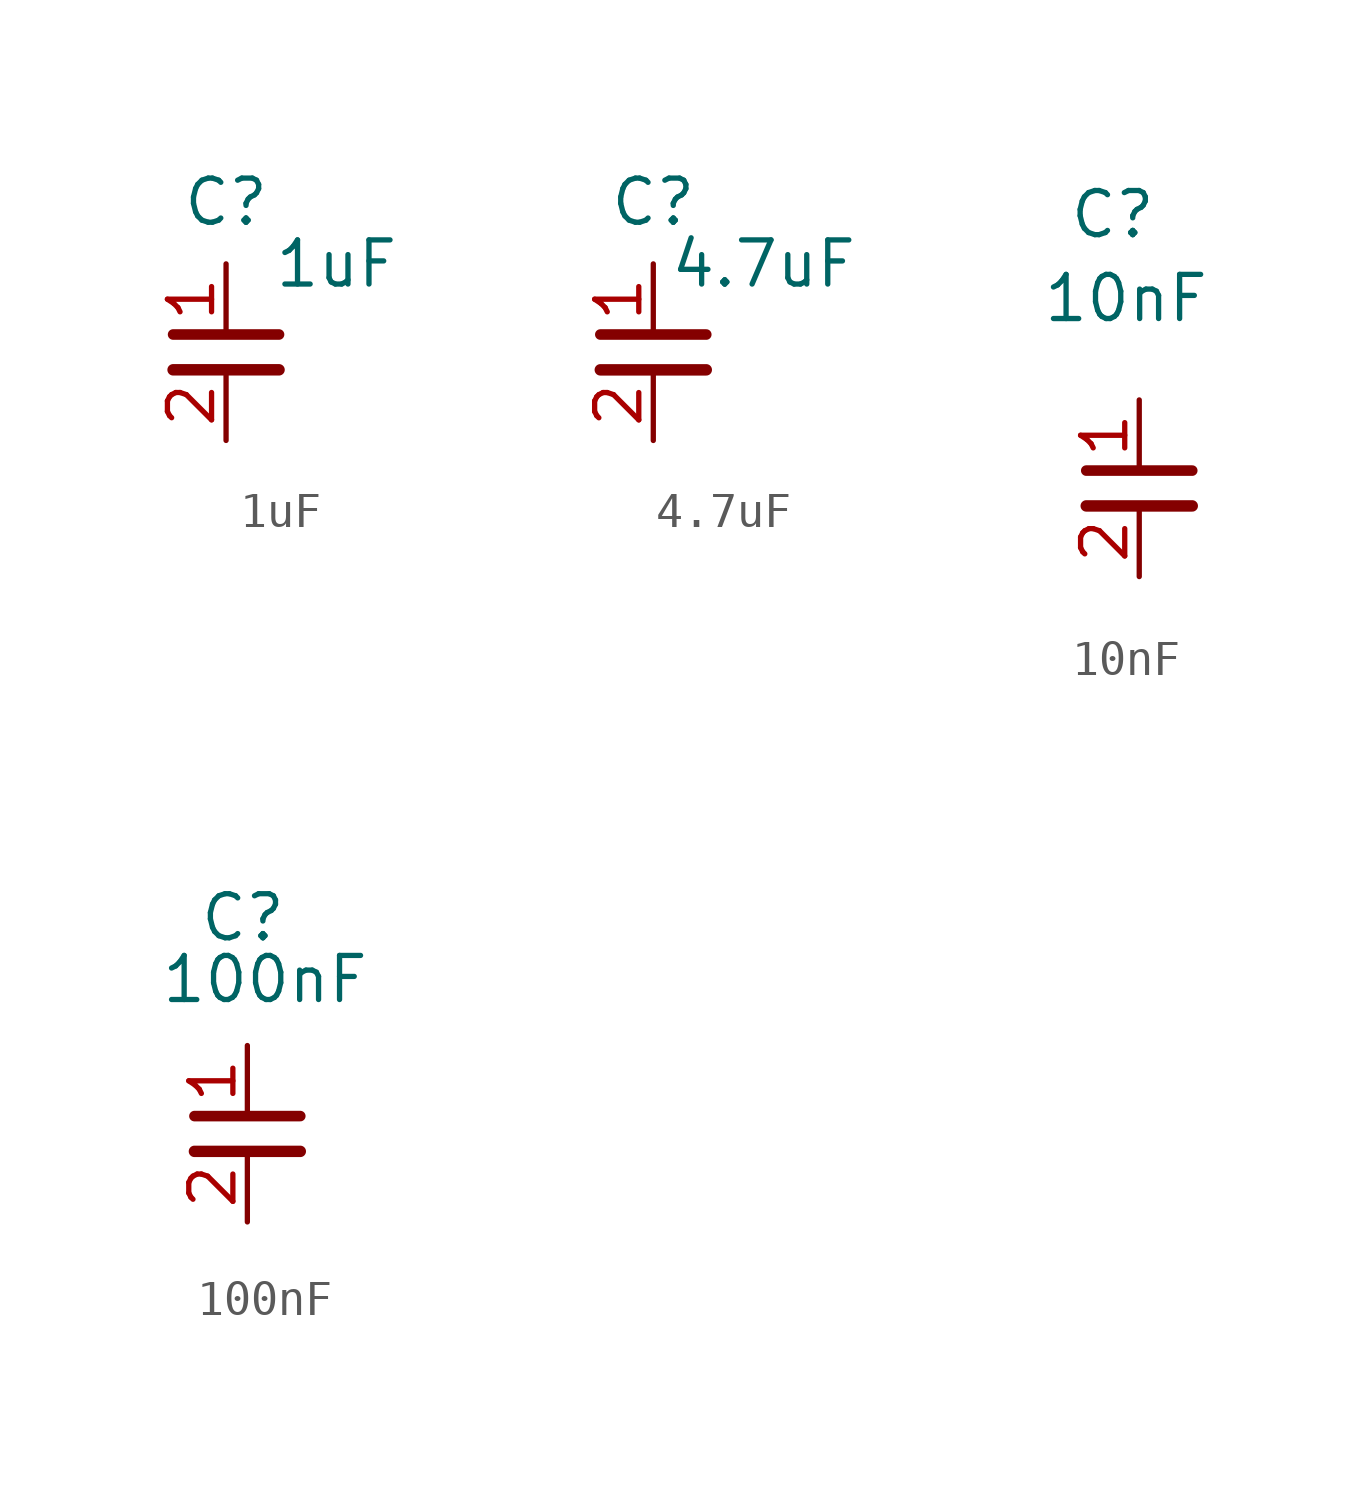
<source format=kicad_sym>
(kicad_symbol_lib
  (version 20241209)
  (generator "kicad_symbol_editor")
  (generator_version "9.0")
  (symbol "1uF"
    (pin_names
      (offset 1.016))
    (property "Reference" "C"
      (at -0.127 4.318 0)
      (effects (font (size 1.27 1.27))))
    (property "Value" "1uF"
      (at 3.048 2.54 0)
      (effects (font (size 1.27 1.27))))
    (symbol "1uF_1_1"
      (polyline (pts (xy -1.651 0.508) (xy 1.397 0.508)) (stroke (width 0.305) (type solid)) (fill (type none)))
      (polyline (pts (xy -1.651 -0.508) (xy 1.397 -0.508)) (stroke (width 0.33) (type solid)) (fill (type none)))
      (pin passive line (at -0.127 2.54 270) (length 2.032) (name "~" (effects (font (size 1.27 1.27)))) (number "1" (effects (font (size 1.27 1.27)))))
      (pin passive line (at -0.127 -2.54 90) (length 2.032) (name "~" (effects (font (size 1.27 1.27)))) (number "2" (effects (font (size 1.27 1.27)))))))
  (symbol "4.7uF"
    (pin_names
      (offset 0))
    (property "Reference" "C"
      (at -0.127 4.318 0)
      (effects (font (size 1.27 1.27))))
    (property "Value" "4.7uF"
      (at 3.048 2.54 0)
      (effects (font (size 1.27 1.27))))
    (symbol "4.7uF_1_1"
      (polyline (pts (xy -1.651 0.508) (xy 1.397 0.508)) (stroke (width 0.305) (type solid)) (fill (type none)))
      (polyline (pts (xy -1.651 -0.508) (xy 1.397 -0.508)) (stroke (width 0.33) (type solid)) (fill (type none)))
      (pin passive line (at -0.127 2.54 270) (length 2.032) (name "~" (effects (font (size 1.27 1.27)))) (number "1" (effects (font (size 1.27 1.27)))))
      (pin passive line (at -0.127 -2.54 90) (length 2.032) (name "~" (effects (font (size 1.27 1.27)))) (number "2" (effects (font (size 1.27 1.27)))))))
  (symbol "10nF"
    (pin_names
      (offset 1.016))
    (property "Reference" "C"
      (at -0.762 7.874 0)
      (effects (font (size 1.27 1.27))))
    (property "Value" "10nF"
      (at -0.381 5.461 0)
      (effects (font (size 1.27 1.27))))
    (symbol "10nF_1_1"
      (polyline (pts (xy -1.524 0.508) (xy 1.524 0.508)) (stroke (width 0.305) (type solid)) (fill (type none)))
      (polyline (pts (xy -1.524 -0.508) (xy 1.524 -0.508)) (stroke (width 0.33) (type solid)) (fill (type none)))
      (pin passive line (at 0 2.54 270) (length 2.032) (name "~" (effects (font (size 1.27 1.27)))) (number "1" (effects (font (size 1.27 1.27)))))
      (pin passive line (at 0 -2.54 90) (length 2.032) (name "~" (effects (font (size 1.27 1.27)))) (number "2" (effects (font (size 1.27 1.27)))))))
  (symbol "100nF"
    (pin_names
      (offset 1.016))
    (property "Reference" "C"
      (at -0.127 6.223 0)
      (effects (font (size 1.27 1.27))))
    (property "Value" "100nF"
      (at 0.508 4.445 0)
      (effects (font (size 1.27 1.27))))
    (symbol "100nF_1_1"
      (polyline (pts (xy -1.524 0.508) (xy 1.524 0.508)) (stroke (width 0.305) (type solid)) (fill (type none)))
      (polyline (pts (xy -1.524 -0.508) (xy 1.524 -0.508)) (stroke (width 0.33) (type solid)) (fill (type none)))
      (pin passive line (at 0 2.54 270) (length 2.032) (name "~" (effects (font (size 1.27 1.27)))) (number "1" (effects (font (size 1.27 1.27)))))
      (pin passive line (at 0 -2.54 90) (length 2.032) (name "~" (effects (font (size 1.27 1.27)))) (number "2" (effects (font (size 1.27 1.27))))))))
</source>
